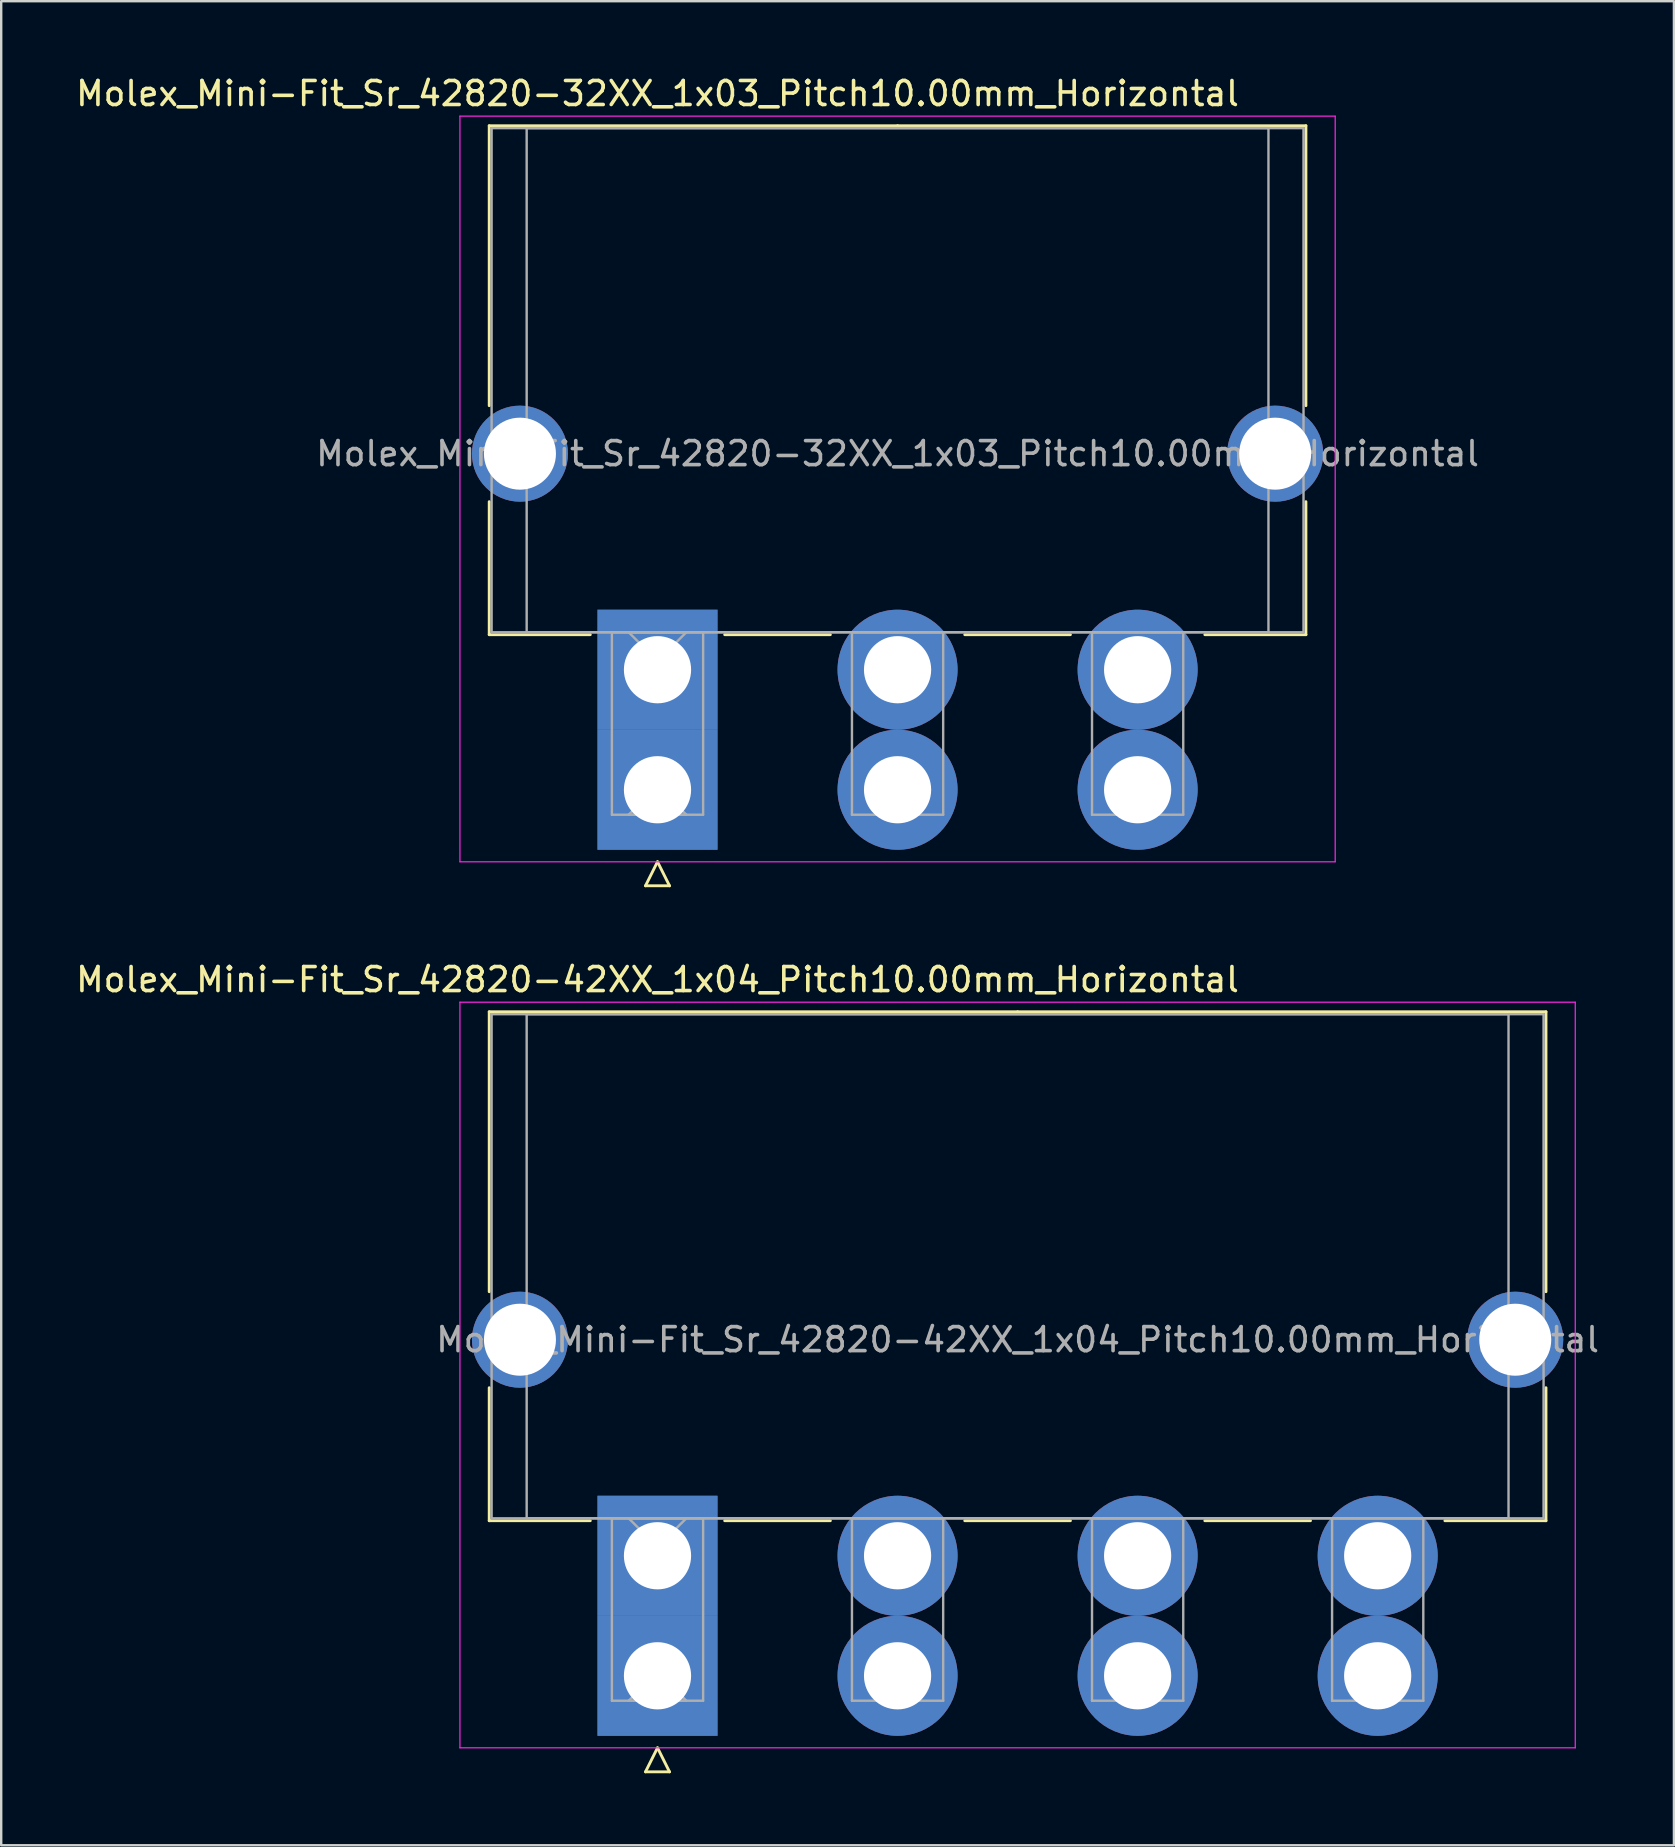
<source format=kicad_pcb>
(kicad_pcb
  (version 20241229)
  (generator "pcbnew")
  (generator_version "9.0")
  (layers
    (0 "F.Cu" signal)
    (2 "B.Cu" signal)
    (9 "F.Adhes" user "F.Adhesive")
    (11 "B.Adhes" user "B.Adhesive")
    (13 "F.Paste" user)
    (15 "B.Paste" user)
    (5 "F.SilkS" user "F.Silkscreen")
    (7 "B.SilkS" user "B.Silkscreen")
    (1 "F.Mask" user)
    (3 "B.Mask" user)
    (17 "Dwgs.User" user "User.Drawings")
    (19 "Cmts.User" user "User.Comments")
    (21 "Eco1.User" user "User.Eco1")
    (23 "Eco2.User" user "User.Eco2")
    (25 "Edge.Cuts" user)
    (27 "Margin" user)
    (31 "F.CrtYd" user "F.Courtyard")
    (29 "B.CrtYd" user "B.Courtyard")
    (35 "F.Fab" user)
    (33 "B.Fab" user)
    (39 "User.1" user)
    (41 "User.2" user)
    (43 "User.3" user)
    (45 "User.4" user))
  (footprint "Molex_Mini-Fit_Sr_42820-42XX_1x04_Pitch10.00mm_Horizontal"
    (layer "F.Cu")
    (at 24.339 61.757)
    (property "Reference" "Molex_Mini-Fit_Sr_42820-42XX_1x04_Pitch10.00mm_Horizontal" (at 0 -24 0) (layer "F.SilkS") (effects (font (size 1 1) (thickness 0.15))))
    (attr through_hole)
    (fp_line (start -7.01 -22.66) (end -7.01 -11) (stroke (width 0.12) (type solid)) (layer "F.SilkS"))
    (fp_line (start -7.01 -7) (end -7.01 -1.46) (stroke (width 0.12) (type solid)) (layer "F.SilkS"))
    (fp_line (start -7.01 -1.46) (end -2.8 -1.46) (stroke (width 0.12) (type solid)) (layer "F.SilkS"))
    (fp_line (start -0.5 9) (end 0 8) (stroke (width 0.12) (type solid)) (layer "F.SilkS"))
    (fp_line (start 0 8) (end 0.5 9) (stroke (width 0.12) (type solid)) (layer "F.SilkS"))
    (fp_line (start 0.5 9) (end -0.5 9) (stroke (width 0.12) (type solid)) (layer "F.SilkS"))
    (fp_line (start 2.8 -1.46) (end 7.2 -1.46) (stroke (width 0.12) (type solid)) (layer "F.SilkS"))
    (fp_line (start 12.8 -1.46) (end 17.2 -1.46) (stroke (width 0.12) (type solid)) (layer "F.SilkS"))
    (fp_line (start 15 -22.66) (end -7.01 -22.66) (stroke (width 0.12) (type solid)) (layer "F.SilkS"))
    (fp_line (start 15 -22.66) (end 37.01 -22.66) (stroke (width 0.12) (type solid)) (layer "F.SilkS"))
    (fp_line (start 22.8 -1.46) (end 27.2 -1.46) (stroke (width 0.12) (type solid)) (layer "F.SilkS"))
    (fp_line (start 37.01 -22.66) (end 37.01 -11) (stroke (width 0.12) (type solid)) (layer "F.SilkS"))
    (fp_line (start 37.01 -7) (end 37.01 -1.46) (stroke (width 0.12) (type solid)) (layer "F.SilkS"))
    (fp_line (start 37.01 -1.46) (end 32.8 -1.46) (stroke (width 0.12) (type solid)) (layer "F.SilkS"))
    (fp_line (start -8.23 -23.06) (end -8.23 8) (stroke (width 0.05) (type solid)) (layer "F.CrtYd"))
    (fp_line (start -8.23 8) (end 38.23 8) (stroke (width 0.05) (type solid)) (layer "F.CrtYd"))
    (fp_line (start 38.23 -23.06) (end -8.23 -23.06) (stroke (width 0.05) (type solid)) (layer "F.CrtYd"))
    (fp_line (start 38.23 8) (end 38.23 -23.06) (stroke (width 0.05) (type solid)) (layer "F.CrtYd"))
    (fp_line (start -6.91 -22.56) (end -6.91 -1.56) (stroke (width 0.1) (type solid)) (layer "F.Fab"))
    (fp_line (start -6.91 -1.56) (end 36.91 -1.56) (stroke (width 0.1) (type solid)) (layer "F.Fab"))
    (fp_line (start -5.45 -22.56) (end -5.45 -1.56) (stroke (width 0.1) (type solid)) (layer "F.Fab"))
    (fp_line (start -5.45 -1.56) (end 35.45 -1.56) (stroke (width 0.1) (type solid)) (layer "F.Fab"))
    (fp_line (start -1.9 -1.56) (end -1.9 6.04) (stroke (width 0.1) (type solid)) (layer "F.Fab"))
    (fp_line (start -1.9 6.04) (end 1.9 6.04) (stroke (width 0.1) (type solid)) (layer "F.Fab"))
    (fp_line (start -1.2 -1.56) (end 0 -0.36) (stroke (width 0.1) (type solid)) (layer "F.Fab"))
    (fp_line (start -1.2 6.04) (end 0 4.84) (stroke (width 0.1) (type solid)) (layer "F.Fab"))
    (fp_line (start 0 -0.36) (end 1.2 -1.56) (stroke (width 0.1) (type solid)) (layer "F.Fab"))
    (fp_line (start 0 4.84) (end 1.2 6.04) (stroke (width 0.1) (type solid)) (layer "F.Fab"))
    (fp_line (start 1.2 -1.56) (end -1.2 -1.56) (stroke (width 0.1) (type solid)) (layer "F.Fab"))
    (fp_line (start 1.2 6.04) (end -1.2 6.04) (stroke (width 0.1) (type solid)) (layer "F.Fab"))
    (fp_line (start 1.9 -1.56) (end -1.9 -1.56) (stroke (width 0.1) (type solid)) (layer "F.Fab"))
    (fp_line (start 1.9 6.04) (end 1.9 -1.56) (stroke (width 0.1) (type solid)) (layer "F.Fab"))
    (fp_line (start 8.1 -1.56) (end 8.1 6.04) (stroke (width 0.1) (type solid)) (layer "F.Fab"))
    (fp_line (start 8.1 6.04) (end 11.9 6.04) (stroke (width 0.1) (type solid)) (layer "F.Fab"))
    (fp_line (start 11.9 -1.56) (end 8.1 -1.56) (stroke (width 0.1) (type solid)) (layer "F.Fab"))
    (fp_line (start 11.9 6.04) (end 11.9 -1.56) (stroke (width 0.1) (type solid)) (layer "F.Fab"))
    (fp_line (start 18.1 -1.56) (end 18.1 6.04) (stroke (width 0.1) (type solid)) (layer "F.Fab"))
    (fp_line (start 18.1 6.04) (end 21.9 6.04) (stroke (width 0.1) (type solid)) (layer "F.Fab"))
    (fp_line (start 21.9 -1.56) (end 18.1 -1.56) (stroke (width 0.1) (type solid)) (layer "F.Fab"))
    (fp_line (start 21.9 6.04) (end 21.9 -1.56) (stroke (width 0.1) (type solid)) (layer "F.Fab"))
    (fp_line (start 28.1 -1.56) (end 28.1 6.04) (stroke (width 0.1) (type solid)) (layer "F.Fab"))
    (fp_line (start 28.1 6.04) (end 31.9 6.04) (stroke (width 0.1) (type solid)) (layer "F.Fab"))
    (fp_line (start 31.9 -1.56) (end 28.1 -1.56) (stroke (width 0.1) (type solid)) (layer "F.Fab"))
    (fp_line (start 31.9 6.04) (end 31.9 -1.56) (stroke (width 0.1) (type solid)) (layer "F.Fab"))
    (fp_line (start 35.45 -22.56) (end -5.45 -22.56) (stroke (width 0.1) (type solid)) (layer "F.Fab"))
    (fp_line (start 35.45 -1.56) (end 35.45 -22.56) (stroke (width 0.1) (type solid)) (layer "F.Fab"))
    (fp_line (start 36.91 -22.56) (end -6.91 -22.56) (stroke (width 0.1) (type solid)) (layer "F.Fab"))
    (fp_line (start 36.91 -1.56) (end 36.91 -22.56) (stroke (width 0.1) (type solid)) (layer "F.Fab"))
    (fp_text user "${REFERENCE}" (at 15 -9 0) (layer "F.Fab") (effects (font (size 1 1) (thickness 0.15))))
    (pad "" thru_hole circle (at -5.73 -9) (size 4 4) (drill 3) (layers "*.Cu" "*.Mask"))
    (pad "" thru_hole circle (at 35.73 -9) (size 4 4) (drill 3) (layers "*.Cu" "*.Mask"))
    (pad "1" thru_hole rect (at 0 0) (size 5 5) (drill 2.8) (layers "*.Cu" "*.Mask"))
    (pad "1" thru_hole rect (at 0 5) (size 5 5) (drill 2.8) (layers "*.Cu" "*.Mask"))
    (pad "2" thru_hole circle (at 10 0) (size 5 5) (drill 2.8) (layers "*.Cu" "*.Mask"))
    (pad "2" thru_hole circle (at 10 5) (size 5 5) (drill 2.8) (layers "*.Cu" "*.Mask"))
    (pad "3" thru_hole circle (at 20 0) (size 5 5) (drill 2.8) (layers "*.Cu" "*.Mask"))
    (pad "3" thru_hole circle (at 20 5) (size 5 5) (drill 2.8) (layers "*.Cu" "*.Mask"))
    (pad "4" thru_hole circle (at 30 0) (size 5 5) (drill 2.8) (layers "*.Cu" "*.Mask"))
    (pad "4" thru_hole circle (at 30 5) (size 5 5) (drill 2.8) (layers "*.Cu" "*.Mask")))
  (footprint "Molex_Mini-Fit_Sr_42820-32XX_1x03_Pitch10.00mm_Horizontal"
    (layer "F.Cu")
    (at 24.339 24.848)
    (property "Reference" "Molex_Mini-Fit_Sr_42820-32XX_1x03_Pitch10.00mm_Horizontal" (at 0 -24 0) (layer "F.SilkS") (effects (font (size 1 1) (thickness 0.15))))
    (attr through_hole)
    (fp_line (start -7.01 -22.66) (end -7.01 -11) (stroke (width 0.12) (type solid)) (layer "F.SilkS"))
    (fp_line (start -7.01 -7) (end -7.01 -1.46) (stroke (width 0.12) (type solid)) (layer "F.SilkS"))
    (fp_line (start -7.01 -1.46) (end -2.8 -1.46) (stroke (width 0.12) (type solid)) (layer "F.SilkS"))
    (fp_line (start -0.5 9) (end 0 8) (stroke (width 0.12) (type solid)) (layer "F.SilkS"))
    (fp_line (start 0 8) (end 0.5 9) (stroke (width 0.12) (type solid)) (layer "F.SilkS"))
    (fp_line (start 0.5 9) (end -0.5 9) (stroke (width 0.12) (type solid)) (layer "F.SilkS"))
    (fp_line (start 2.8 -1.46) (end 7.2 -1.46) (stroke (width 0.12) (type solid)) (layer "F.SilkS"))
    (fp_line (start 10 -22.66) (end -7.01 -22.66) (stroke (width 0.12) (type solid)) (layer "F.SilkS"))
    (fp_line (start 10 -22.66) (end 27.01 -22.66) (stroke (width 0.12) (type solid)) (layer "F.SilkS"))
    (fp_line (start 12.8 -1.46) (end 17.2 -1.46) (stroke (width 0.12) (type solid)) (layer "F.SilkS"))
    (fp_line (start 27.01 -22.66) (end 27.01 -11) (stroke (width 0.12) (type solid)) (layer "F.SilkS"))
    (fp_line (start 27.01 -7) (end 27.01 -1.46) (stroke (width 0.12) (type solid)) (layer "F.SilkS"))
    (fp_line (start 27.01 -1.46) (end 22.8 -1.46) (stroke (width 0.12) (type solid)) (layer "F.SilkS"))
    (fp_line (start -8.23 -23.06) (end -8.23 8) (stroke (width 0.05) (type solid)) (layer "F.CrtYd"))
    (fp_line (start -8.23 8) (end 28.23 8) (stroke (width 0.05) (type solid)) (layer "F.CrtYd"))
    (fp_line (start 28.23 -23.06) (end -8.23 -23.06) (stroke (width 0.05) (type solid)) (layer "F.CrtYd"))
    (fp_line (start 28.23 8) (end 28.23 -23.06) (stroke (width 0.05) (type solid)) (layer "F.CrtYd"))
    (fp_line (start -6.91 -22.56) (end -6.91 -1.56) (stroke (width 0.1) (type solid)) (layer "F.Fab"))
    (fp_line (start -6.91 -1.56) (end 26.91 -1.56) (stroke (width 0.1) (type solid)) (layer "F.Fab"))
    (fp_line (start -5.45 -22.56) (end -5.45 -1.56) (stroke (width 0.1) (type solid)) (layer "F.Fab"))
    (fp_line (start -5.45 -1.56) (end 25.45 -1.56) (stroke (width 0.1) (type solid)) (layer "F.Fab"))
    (fp_line (start -1.9 -1.56) (end -1.9 6.04) (stroke (width 0.1) (type solid)) (layer "F.Fab"))
    (fp_line (start -1.9 6.04) (end 1.9 6.04) (stroke (width 0.1) (type solid)) (layer "F.Fab"))
    (fp_line (start -1.2 -1.56) (end 0 -0.36) (stroke (width 0.1) (type solid)) (layer "F.Fab"))
    (fp_line (start -1.2 6.04) (end 0 4.84) (stroke (width 0.1) (type solid)) (layer "F.Fab"))
    (fp_line (start 0 -0.36) (end 1.2 -1.56) (stroke (width 0.1) (type solid)) (layer "F.Fab"))
    (fp_line (start 0 4.84) (end 1.2 6.04) (stroke (width 0.1) (type solid)) (layer "F.Fab"))
    (fp_line (start 1.2 -1.56) (end -1.2 -1.56) (stroke (width 0.1) (type solid)) (layer "F.Fab"))
    (fp_line (start 1.2 6.04) (end -1.2 6.04) (stroke (width 0.1) (type solid)) (layer "F.Fab"))
    (fp_line (start 1.9 -1.56) (end -1.9 -1.56) (stroke (width 0.1) (type solid)) (layer "F.Fab"))
    (fp_line (start 1.9 6.04) (end 1.9 -1.56) (stroke (width 0.1) (type solid)) (layer "F.Fab"))
    (fp_line (start 8.1 -1.56) (end 8.1 6.04) (stroke (width 0.1) (type solid)) (layer "F.Fab"))
    (fp_line (start 8.1 6.04) (end 11.9 6.04) (stroke (width 0.1) (type solid)) (layer "F.Fab"))
    (fp_line (start 11.9 -1.56) (end 8.1 -1.56) (stroke (width 0.1) (type solid)) (layer "F.Fab"))
    (fp_line (start 11.9 6.04) (end 11.9 -1.56) (stroke (width 0.1) (type solid)) (layer "F.Fab"))
    (fp_line (start 18.1 -1.56) (end 18.1 6.04) (stroke (width 0.1) (type solid)) (layer "F.Fab"))
    (fp_line (start 18.1 6.04) (end 21.9 6.04) (stroke (width 0.1) (type solid)) (layer "F.Fab"))
    (fp_line (start 21.9 -1.56) (end 18.1 -1.56) (stroke (width 0.1) (type solid)) (layer "F.Fab"))
    (fp_line (start 21.9 6.04) (end 21.9 -1.56) (stroke (width 0.1) (type solid)) (layer "F.Fab"))
    (fp_line (start 25.45 -22.56) (end -5.45 -22.56) (stroke (width 0.1) (type solid)) (layer "F.Fab"))
    (fp_line (start 25.45 -1.56) (end 25.45 -22.56) (stroke (width 0.1) (type solid)) (layer "F.Fab"))
    (fp_line (start 26.91 -22.56) (end -6.91 -22.56) (stroke (width 0.1) (type solid)) (layer "F.Fab"))
    (fp_line (start 26.91 -1.56) (end 26.91 -22.56) (stroke (width 0.1) (type solid)) (layer "F.Fab"))
    (fp_text user "${REFERENCE}" (at 10 -9 0) (layer "F.Fab") (effects (font (size 1 1) (thickness 0.15))))
    (pad "" thru_hole circle (at -5.73 -9) (size 4 4) (drill 3) (layers "*.Cu" "*.Mask"))
    (pad "" thru_hole circle (at 25.73 -9) (size 4 4) (drill 3) (layers "*.Cu" "*.Mask"))
    (pad "1" thru_hole rect (at 0 0) (size 5 5) (drill 2.8) (layers "*.Cu" "*.Mask"))
    (pad "1" thru_hole rect (at 0 5) (size 5 5) (drill 2.8) (layers "*.Cu" "*.Mask"))
    (pad "2" thru_hole circle (at 10 0) (size 5 5) (drill 2.8) (layers "*.Cu" "*.Mask"))
    (pad "2" thru_hole circle (at 10 5) (size 5 5) (drill 2.8) (layers "*.Cu" "*.Mask"))
    (pad "3" thru_hole circle (at 20 0) (size 5 5) (drill 2.8) (layers "*.Cu" "*.Mask"))
    (pad "3" thru_hole circle (at 20 5) (size 5 5) (drill 2.8) (layers "*.Cu" "*.Mask")))
  (gr_rect
    (start -3 -3)
    (end 66.679 73.817)
    (stroke (width 0.1) (type default))
    (fill no)
    (layer "Edge.Cuts")))
</source>
